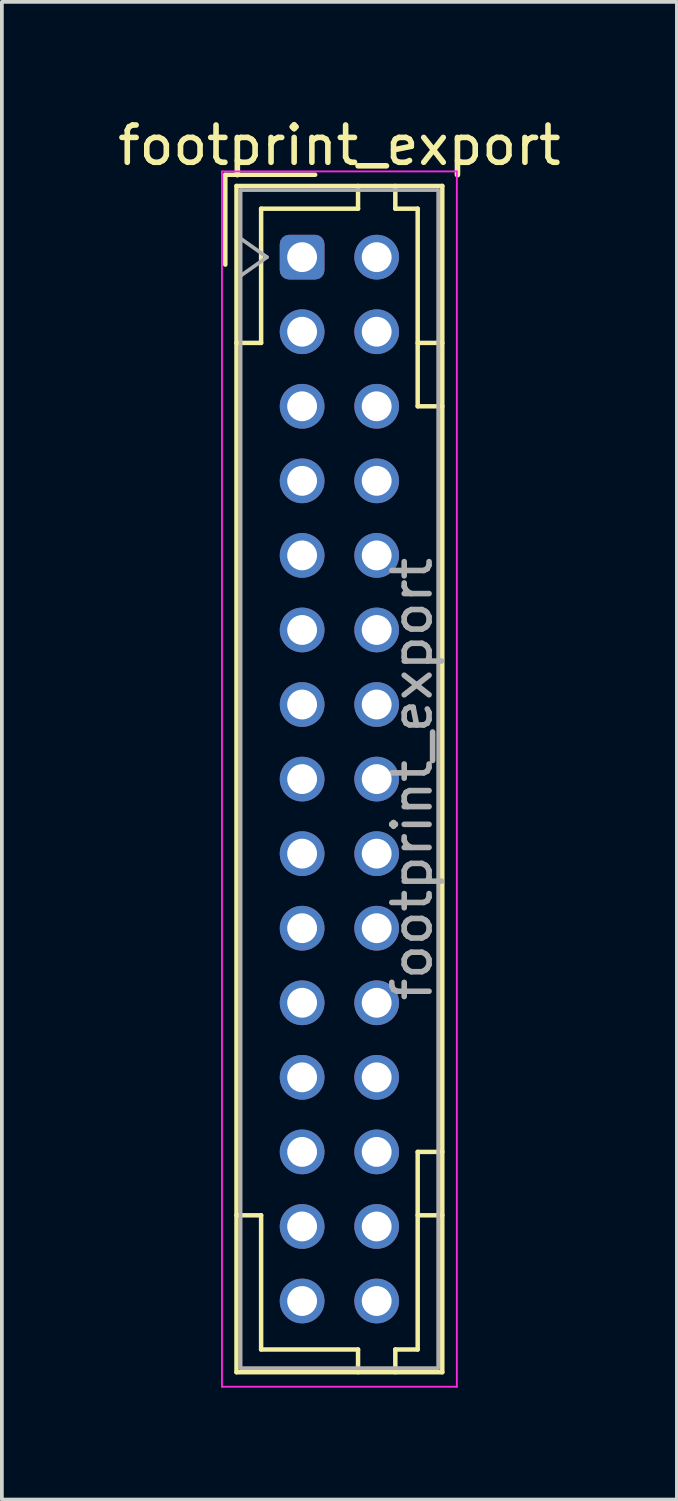
<source format=kicad_pcb>
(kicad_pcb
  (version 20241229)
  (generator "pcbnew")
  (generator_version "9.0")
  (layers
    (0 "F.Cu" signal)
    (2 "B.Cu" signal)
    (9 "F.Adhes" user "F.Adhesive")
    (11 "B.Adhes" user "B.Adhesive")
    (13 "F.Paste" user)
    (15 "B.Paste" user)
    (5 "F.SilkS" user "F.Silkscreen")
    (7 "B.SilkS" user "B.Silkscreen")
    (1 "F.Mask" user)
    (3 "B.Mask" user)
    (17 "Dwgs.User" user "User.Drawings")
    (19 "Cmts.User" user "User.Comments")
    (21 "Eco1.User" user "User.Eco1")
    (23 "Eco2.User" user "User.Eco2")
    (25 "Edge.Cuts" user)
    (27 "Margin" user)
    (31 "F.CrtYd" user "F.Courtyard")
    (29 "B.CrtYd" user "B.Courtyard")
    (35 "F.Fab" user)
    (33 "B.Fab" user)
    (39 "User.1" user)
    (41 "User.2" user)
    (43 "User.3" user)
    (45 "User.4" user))
  (footprint "footprint_export"
    (layer "F.Cu")
    (at 5.054 3.848)
    (property "Reference" "footprint_export" (at 1 -3 0) (layer "F.SilkS") (effects (font (size 1 1) (thickness 0.15))))
    (attr through_hole)
    (fp_line (start -2.06 -2.21) (end -2.06 0.2) (stroke (width 0.12) (type solid)) (layer "F.SilkS"))
    (fp_line (start -1.76 -1.91) (end -1.76 29.91) (stroke (width 0.12) (type solid)) (layer "F.SilkS"))
    (fp_line (start -1.76 29.91) (end 3.76 29.91) (stroke (width 0.12) (type solid)) (layer "F.SilkS"))
    (fp_line (start -1.1 -1.3) (end -1.1 2.3) (stroke (width 0.12) (type solid)) (layer "F.SilkS"))
    (fp_line (start -1.1 2.3) (end -1.76 2.3) (stroke (width 0.12) (type solid)) (layer "F.SilkS"))
    (fp_line (start -1.1 25.7) (end -1.76 25.7) (stroke (width 0.12) (type solid)) (layer "F.SilkS"))
    (fp_line (start -1.1 29.3) (end -1.1 25.7) (stroke (width 0.12) (type solid)) (layer "F.SilkS"))
    (fp_line (start 0.35 -2.21) (end -2.06 -2.21) (stroke (width 0.12) (type solid)) (layer "F.SilkS"))
    (fp_line (start 1.5 -1.91) (end 1.5 -1.3) (stroke (width 0.12) (type solid)) (layer "F.SilkS"))
    (fp_line (start 1.5 -1.3) (end -1.1 -1.3) (stroke (width 0.12) (type solid)) (layer "F.SilkS"))
    (fp_line (start 1.5 29.3) (end -1.1 29.3) (stroke (width 0.12) (type solid)) (layer "F.SilkS"))
    (fp_line (start 1.5 29.91) (end 1.5 29.3) (stroke (width 0.12) (type solid)) (layer "F.SilkS"))
    (fp_line (start 2.5 -1.91) (end 2.5 -1.3) (stroke (width 0.12) (type solid)) (layer "F.SilkS"))
    (fp_line (start 2.5 -1.3) (end 3.1 -1.3) (stroke (width 0.12) (type solid)) (layer "F.SilkS"))
    (fp_line (start 2.5 29.3) (end 3.1 29.3) (stroke (width 0.12) (type solid)) (layer "F.SilkS"))
    (fp_line (start 2.5 29.91) (end 2.5 29.3) (stroke (width 0.12) (type solid)) (layer "F.SilkS"))
    (fp_line (start 3.1 -1.3) (end 3.1 4) (stroke (width 0.12) (type solid)) (layer "F.SilkS"))
    (fp_line (start 3.1 4) (end 3.76 4) (stroke (width 0.12) (type solid)) (layer "F.SilkS"))
    (fp_line (start 3.1 24) (end 3.76 24) (stroke (width 0.12) (type solid)) (layer "F.SilkS"))
    (fp_line (start 3.1 29.3) (end 3.1 24) (stroke (width 0.12) (type solid)) (layer "F.SilkS"))
    (fp_line (start 3.76 -1.91) (end -1.76 -1.91) (stroke (width 0.12) (type solid)) (layer "F.SilkS"))
    (fp_line (start 3.76 2.3) (end 3.1 2.3) (stroke (width 0.12) (type solid)) (layer "F.SilkS"))
    (fp_line (start 3.76 25.7) (end 3.1 25.7) (stroke (width 0.12) (type solid)) (layer "F.SilkS"))
    (fp_line (start 3.76 29.91) (end 3.76 -1.91) (stroke (width 0.12) (type solid)) (layer "F.SilkS"))
    (fp_line (start -2.15 -2.3) (end -2.15 30.3) (stroke (width 0.05) (type solid)) (layer "F.CrtYd"))
    (fp_line (start -2.15 30.3) (end 4.15 30.3) (stroke (width 0.05) (type solid)) (layer "F.CrtYd"))
    (fp_line (start 4.15 -2.3) (end -2.15 -2.3) (stroke (width 0.05) (type solid)) (layer "F.CrtYd"))
    (fp_line (start 4.15 30.3) (end 4.15 -2.3) (stroke (width 0.05) (type solid)) (layer "F.CrtYd"))
    (fp_line (start -1.65 -1.8) (end -1.65 29.8) (stroke (width 0.1) (type solid)) (layer "F.Fab"))
    (fp_line (start -1.65 0.5) (end -0.943 0) (stroke (width 0.1) (type solid)) (layer "F.Fab"))
    (fp_line (start -1.65 29.8) (end 3.65 29.8) (stroke (width 0.1) (type solid)) (layer "F.Fab"))
    (fp_line (start -0.943 0) (end -1.65 -0.5) (stroke (width 0.1) (type solid)) (layer "F.Fab"))
    (fp_line (start 3.65 -1.8) (end -1.65 -1.8) (stroke (width 0.1) (type solid)) (layer "F.Fab"))
    (fp_line (start 3.65 29.8) (end 3.65 -1.8) (stroke (width 0.1) (type solid)) (layer "F.Fab"))
    (fp_text user "${REFERENCE}" (at 2.95 14 90) (layer "F.Fab") (effects (font (size 1 1) (thickness 0.15))))
    (pad "a1" thru_hole roundrect (at 0 0) (size 1.2 1.2) (drill 0.8) (layers "*.Cu" "*.Mask") (roundrect_rratio 0.208))
    (pad "a2" thru_hole circle (at 0 2) (size 1.2 1.2) (drill 0.8) (layers "*.Cu" "*.Mask"))
    (pad "a3" thru_hole circle (at 0 4) (size 1.2 1.2) (drill 0.8) (layers "*.Cu" "*.Mask"))
    (pad "a4" thru_hole circle (at 0 6) (size 1.2 1.2) (drill 0.8) (layers "*.Cu" "*.Mask"))
    (pad "a5" thru_hole circle (at 0 8) (size 1.2 1.2) (drill 0.8) (layers "*.Cu" "*.Mask"))
    (pad "a6" thru_hole circle (at 0 10) (size 1.2 1.2) (drill 0.8) (layers "*.Cu" "*.Mask"))
    (pad "a7" thru_hole circle (at 0 12) (size 1.2 1.2) (drill 0.8) (layers "*.Cu" "*.Mask"))
    (pad "a8" thru_hole circle (at 0 14) (size 1.2 1.2) (drill 0.8) (layers "*.Cu" "*.Mask"))
    (pad "a9" thru_hole circle (at 0 16) (size 1.2 1.2) (drill 0.8) (layers "*.Cu" "*.Mask"))
    (pad "a10" thru_hole circle (at 0 18) (size 1.2 1.2) (drill 0.8) (layers "*.Cu" "*.Mask"))
    (pad "a11" thru_hole circle (at 0 20) (size 1.2 1.2) (drill 0.8) (layers "*.Cu" "*.Mask"))
    (pad "a12" thru_hole circle (at 0 22) (size 1.2 1.2) (drill 0.8) (layers "*.Cu" "*.Mask"))
    (pad "a13" thru_hole circle (at 0 24) (size 1.2 1.2) (drill 0.8) (layers "*.Cu" "*.Mask"))
    (pad "a14" thru_hole circle (at 0 26) (size 1.2 1.2) (drill 0.8) (layers "*.Cu" "*.Mask"))
    (pad "a15" thru_hole circle (at 0 28) (size 1.2 1.2) (drill 0.8) (layers "*.Cu" "*.Mask"))
    (pad "b1" thru_hole circle (at 2 0) (size 1.2 1.2) (drill 0.8) (layers "*.Cu" "*.Mask"))
    (pad "b2" thru_hole circle (at 2 2) (size 1.2 1.2) (drill 0.8) (layers "*.Cu" "*.Mask"))
    (pad "b3" thru_hole circle (at 2 4) (size 1.2 1.2) (drill 0.8) (layers "*.Cu" "*.Mask"))
    (pad "b4" thru_hole circle (at 2 6) (size 1.2 1.2) (drill 0.8) (layers "*.Cu" "*.Mask"))
    (pad "b5" thru_hole circle (at 2 8) (size 1.2 1.2) (drill 0.8) (layers "*.Cu" "*.Mask"))
    (pad "b6" thru_hole circle (at 2 10) (size 1.2 1.2) (drill 0.8) (layers "*.Cu" "*.Mask"))
    (pad "b7" thru_hole circle (at 2 12) (size 1.2 1.2) (drill 0.8) (layers "*.Cu" "*.Mask"))
    (pad "b8" thru_hole circle (at 2 14) (size 1.2 1.2) (drill 0.8) (layers "*.Cu" "*.Mask"))
    (pad "b9" thru_hole circle (at 2 16) (size 1.2 1.2) (drill 0.8) (layers "*.Cu" "*.Mask"))
    (pad "b10" thru_hole circle (at 2 18) (size 1.2 1.2) (drill 0.8) (layers "*.Cu" "*.Mask"))
    (pad "b11" thru_hole circle (at 2 20) (size 1.2 1.2) (drill 0.8) (layers "*.Cu" "*.Mask"))
    (pad "b12" thru_hole circle (at 2 22) (size 1.2 1.2) (drill 0.8) (layers "*.Cu" "*.Mask"))
    (pad "b13" thru_hole circle (at 2 24) (size 1.2 1.2) (drill 0.8) (layers "*.Cu" "*.Mask"))
    (pad "b14" thru_hole circle (at 2 26) (size 1.2 1.2) (drill 0.8) (layers "*.Cu" "*.Mask"))
    (pad "b15" thru_hole circle (at 2 28) (size 1.2 1.2) (drill 0.8) (layers "*.Cu" "*.Mask")))
  (gr_rect
    (start -3 -3)
    (end 15.107 37.173)
    (stroke (width 0.1) (type default))
    (fill no)
    (layer "Edge.Cuts")))
</source>
